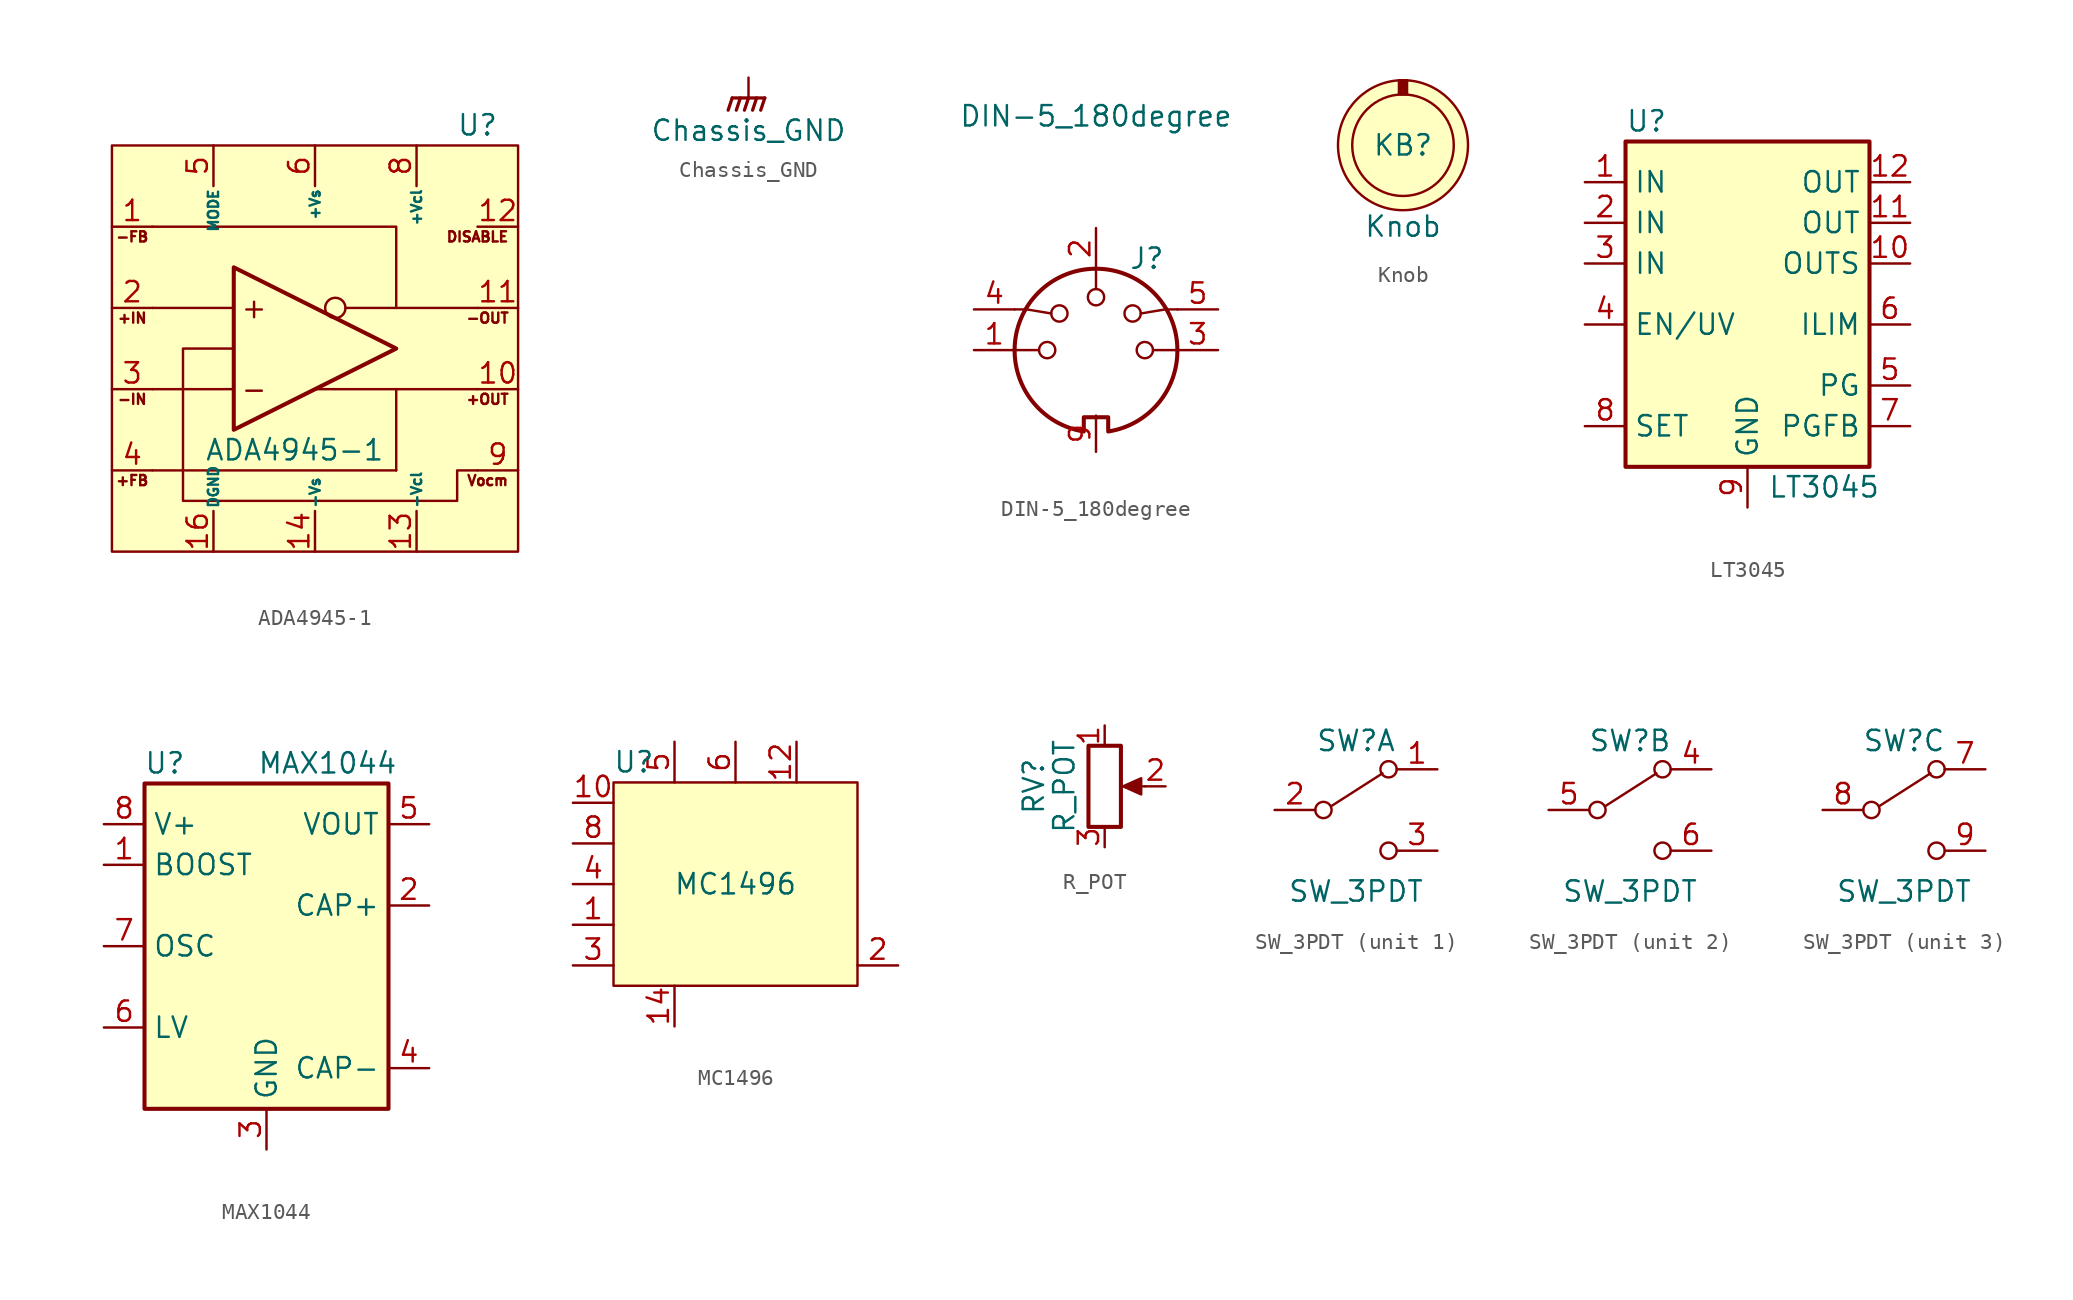
<source format=kicad_sym>
(kicad_symbol_lib
  (version 20211014)
  (generator kicad_symbol_editor)
  (symbol "ADA4945-1"
    (pin_names
      (offset 0.127))
    (property "Reference" "U"
      (at 10.16 13.97 0)
      (effects (font (size 1.27 1.27))))
    (property "Value" "ADA4945-1"
      (at -1.27 -6.35 0)
      (effects (font (size 1.27 1.27))))
    (symbol "ADA4945-1_0_0"
      (text "+" (at -3.81 2.54 0) (effects (font (size 1.27 1.27))))
      (text "+FB" (at -11.43 -8.255 0) (effects (font (size 0.635 0.635))))
      (text "+IN" (at -11.43 1.905 0) (effects (font (size 0.635 0.635))))
      (text "+OUT" (at 10.795 -3.175 0) (effects (font (size 0.635 0.635))))
      (text "-" (at -3.81 -2.54 0) (effects (font (size 1.27 1.27))))
      (text "-FB" (at -11.43 6.985 0) (effects (font (size 0.635 0.635))))
      (text "-IN" (at -11.43 -3.175 0) (effects (font (size 0.635 0.635))))
      (text "-OUT" (at 10.795 1.905 0) (effects (font (size 0.635 0.635))))
      (text "DISABLE" (at 10.16 6.985 0) (effects (font (size 0.635 0.635))))
      (text "Vocm" (at 10.795 -8.255 0) (effects (font (size 0.635 0.635)))))
    (symbol "ADA4945-1_0_1"
      (rectangle (start -12.7 12.7) (end 12.7 -12.7) (stroke (width 0) (type default) (color 0 0 0 0)) (fill (type background)))
      (polyline (pts (xy -10.16 -2.54) (xy -5.08 -2.54)) (stroke (width 0) (type default) (color 0 0 0 0)) (fill (type none)))
      (polyline (pts (xy -10.16 2.54) (xy -5.08 2.54)) (stroke (width 0) (type default) (color 0 0 0 0)) (fill (type none)))
      (polyline (pts (xy 5.08 -7.62) (xy -10.16 -7.62)) (stroke (width 0) (type default) (color 0 0 0 0)) (fill (type none)))
      (polyline (pts (xy 5.08 -2.54) (xy 5.08 -7.62)) (stroke (width 0) (type default) (color 0 0 0 0)) (fill (type none)))
      (polyline (pts (xy 10.16 -2.54) (xy 0 -2.54)) (stroke (width 0) (type default) (color 0 0 0 0)) (fill (type none)))
      (polyline (pts (xy 10.16 2.54) (xy 1.905 2.54)) (stroke (width 0) (type default) (color 0 0 0 0)) (fill (type none)))
      (polyline (pts (xy 5.08 2.54) (xy 5.08 7.62) (xy -10.16 7.62)) (stroke (width 0) (type default) (color 0 0 0 0)) (fill (type none)))
      (polyline (pts (xy -5.08 5.08) (xy 5.08 0) (xy -5.08 -5.08) (xy -5.08 5.08)) (stroke (width 0.254) (type default) (color 0 0 0 0)) (fill (type background)))
      (polyline (pts (xy 10.16 -7.62) (xy 8.89 -7.62) (xy 8.89 -9.525) (xy -8.255 -9.525) (xy -8.255 0) (xy -5.08 0)) (stroke (width 0) (type default) (color 0 0 0 0)) (fill (type none)))
      (circle (center 1.27 2.54) (radius 0.635) (stroke (width 0) (type default) (color 0 0 0 0)) (fill (type none))))
    (symbol "ADA4945-1_1_1"
      (pin power_in line (at -12.7 7.62 0) (length 2.54) (name "~" (effects (font (size 1.27 1.27)))) (number "1" (effects (font (size 1.27 1.27)))))
      (pin output line (at 12.7 -2.54 180) (length 2.54) (name "~" (effects (font (size 1.27 1.27)))) (number "10" (effects (font (size 1.27 1.27)))))
      (pin output line (at 12.7 2.54 180) (length 2.54) (name "~" (effects (font (size 1.27 1.27)))) (number "11" (effects (font (size 1.27 1.27)))))
      (pin power_in line (at 12.7 7.62 180) (length 2.54) (name "~" (effects (font (size 1.27 1.27)))) (number "12" (effects (font (size 1.27 1.27)))))
      (pin power_in line (at 6.35 -12.7 90) (length 2.54) (name "-Vcl" (effects (font (size 0.635 0.635)))) (number "13" (effects (font (size 1.27 1.27)))))
      (pin power_in line (at 0 -12.7 90) (length 2.54) (name "-Vs" (effects (font (size 0.635 0.635)))) (number "14" (effects (font (size 1.27 1.27)))))
      (pin power_in line (at 0 -12.7 90) (length 2.54) hide (name "-Vs" (effects (font (size 1.27 1.27)))) (number "15" (effects (font (size 1.27 1.27)))))
      (pin power_in line (at -6.35 -12.7 90) (length 2.54) (name "DGND" (effects (font (size 0.635 0.635)))) (number "16" (effects (font (size 1.27 1.27)))))
      (pin input line (at -12.7 2.54 0) (length 2.54) (name "~" (effects (font (size 1.27 1.27)))) (number "2" (effects (font (size 1.27 1.27)))))
      (pin input line (at -12.7 -2.54 0) (length 2.54) (name "~" (effects (font (size 1.27 1.27)))) (number "3" (effects (font (size 1.27 1.27)))))
      (pin power_in line (at -12.7 -7.62 0) (length 2.54) (name "~" (effects (font (size 1.27 1.27)))) (number "4" (effects (font (size 1.27 1.27)))))
      (pin power_in line (at -6.35 12.7 270) (length 2.54) (name "MODE" (effects (font (size 0.635 0.635)))) (number "5" (effects (font (size 1.27 1.27)))))
      (pin power_in line (at 0 12.7 270) (length 2.54) (name "+Vs" (effects (font (size 0.635 0.635)))) (number "6" (effects (font (size 1.27 1.27)))))
      (pin power_in line (at 0 12.7 270) (length 2.54) hide (name "+Vs" (effects (font (size 1.27 1.27)))) (number "7" (effects (font (size 1.27 1.27)))))
      (pin power_in line (at 6.35 12.7 270) (length 2.54) (name "+Vcl" (effects (font (size 0.635 0.635)))) (number "8" (effects (font (size 1.27 1.27)))))
      (pin power_in line (at 12.7 -7.62 180) (length 2.54) (name "~" (effects (font (size 1.27 1.27)))) (number "9" (effects (font (size 1.27 1.27)))))))
  (symbol "Chassis_GND"
    (pin_names
      (offset 0))
    (property "Reference" "CH"
      (at 0 -5.08 0)
      (effects (font (size 1.27 1.27)) hide))
    (property "Value" "Chassis_GND"
      (at 0 -3.302 0)
      (effects (font (size 1.27 1.27))))
    (symbol "Chassis_GND_0_1"
      (polyline (pts (xy 0 -1.27) (xy 0 0)) (stroke (width 0) (type default) (color 0 0 0 0)) (fill (type none)))
      (polyline (pts (xy -1.016 -1.27) (xy -1.27 -2.032) (xy -1.27 -2.032)) (stroke (width 0.203) (type default) (color 0 0 0 0)) (fill (type none)))
      (polyline (pts (xy -0.508 -1.27) (xy -0.762 -2.032) (xy -0.762 -2.032)) (stroke (width 0.203) (type default) (color 0 0 0 0)) (fill (type none)))
      (polyline (pts (xy 0 -1.27) (xy -0.254 -2.032) (xy -0.254 -2.032)) (stroke (width 0.203) (type default) (color 0 0 0 0)) (fill (type none)))
      (polyline (pts (xy 0.508 -1.27) (xy 0.254 -2.032) (xy 0.254 -2.032)) (stroke (width 0.203) (type default) (color 0 0 0 0)) (fill (type none)))
      (polyline (pts (xy 1.016 -1.27) (xy -1.016 -1.27) (xy -1.016 -1.27)) (stroke (width 0.203) (type default) (color 0 0 0 0)) (fill (type none)))
      (polyline (pts (xy 1.016 -1.27) (xy 0.762 -2.032) (xy 0.762 -2.032) (xy 0.762 -2.032)) (stroke (width 0.203) (type default) (color 0 0 0 0)) (fill (type none))))
    (symbol "Chassis_GND_1_1"
      (pin power_in line (at 0 0 270) (length 0) hide (name "GNDPWR" (effects (font (size 1.27 1.27)))) (number "1" (effects (font (size 1.27 1.27)))))))
  (symbol "DIN-5_180degree"
    (pin_names
      (offset 1.016))
    (property "Reference" "J"
      (at 3.175 5.715 0)
      (effects (font (size 1.27 1.27))))
    (property "Value" "DIN-5_180degree"
      (at 0 14.605 0)
      (effects (font (size 1.27 1.27))))
    (symbol "DIN-5_180degree_0_1"
      (arc (start -5.08 0) (mid -3.8609 -3.3364) (end -0.762 -5.08) (stroke (width 0.254) (type default) (color 0 0 0 0)) (fill (type none)))
      (circle (center -3.048 0) (radius 0.508) (stroke (width 0) (type default) (color 0 0 0 0)) (fill (type none)))
      (circle (center -2.286 2.286) (radius 0.508) (stroke (width 0) (type default) (color 0 0 0 0)) (fill (type none)))
      (polyline (pts (xy -5.08 0) (xy -3.556 0)) (stroke (width 0) (type default) (color 0 0 0 0)) (fill (type none)))
      (polyline (pts (xy 0 5.08) (xy 0 3.81)) (stroke (width 0) (type default) (color 0 0 0 0)) (fill (type none)))
      (polyline (pts (xy 5.08 0) (xy 3.556 0)) (stroke (width 0) (type default) (color 0 0 0 0)) (fill (type none)))
      (polyline (pts (xy -5.08 2.54) (xy -4.318 2.54) (xy -2.794 2.286)) (stroke (width 0) (type default) (color 0 0 0 0)) (fill (type none)))
      (polyline (pts (xy 5.08 2.54) (xy 4.318 2.54) (xy 2.794 2.286)) (stroke (width 0) (type default) (color 0 0 0 0)) (fill (type none)))
      (polyline (pts (xy -0.762 -4.953) (xy -0.762 -4.191) (xy 0.762 -4.191) (xy 0.762 -4.953)) (stroke (width 0.254) (type default) (color 0 0 0 0)) (fill (type none)))
      (circle (center 0 3.302) (radius 0.508) (stroke (width 0) (type default) (color 0 0 0 0)) (fill (type none)))
      (arc (start 0.762 -5.08) (mid 3.8685 -3.343) (end 5.08 0) (stroke (width 0.254) (type default) (color 0 0 0 0)) (fill (type none)))
      (circle (center 2.286 2.286) (radius 0.508) (stroke (width 0) (type default) (color 0 0 0 0)) (fill (type none)))
      (circle (center 3.048 0) (radius 0.508) (stroke (width 0) (type default) (color 0 0 0 0)) (fill (type none)))
      (arc (start 5.08 0) (mid 0 5.08) (end -5.08 0) (stroke (width 0.254) (type default) (color 0 0 0 0)) (fill (type none))))
    (symbol "DIN-5_180degree_1_1"
      (pin passive line (at -7.62 0 0) (length 2.54) (name "~" (effects (font (size 1.27 1.27)))) (number "1" (effects (font (size 1.27 1.27)))))
      (pin passive line (at 0 7.62 270) (length 2.54) (name "~" (effects (font (size 1.27 1.27)))) (number "2" (effects (font (size 1.27 1.27)))))
      (pin passive line (at 7.62 0 180) (length 2.54) (name "~" (effects (font (size 1.27 1.27)))) (number "3" (effects (font (size 1.27 1.27)))))
      (pin passive line (at -7.62 2.54 0) (length 2.54) (name "~" (effects (font (size 1.27 1.27)))) (number "4" (effects (font (size 1.27 1.27)))))
      (pin passive line (at 7.62 2.54 180) (length 2.54) (name "~" (effects (font (size 1.27 1.27)))) (number "5" (effects (font (size 1.27 1.27)))))
      (pin passive line (at 0 -6.35 90) (length 2.261) (name "~" (effects (font (size 1.27 1.27)))) (number "9" (effects (font (size 1.27 1.27)))))))
  (symbol "Knob"
    (pin_names
      (offset 1.016))
    (property "Reference" "KB"
      (at 0 0 0)
      (effects (font (size 1.27 1.27))))
    (property "Value" "Knob"
      (at 0 -5.08 0)
      (effects (font (size 1.27 1.27))))
    (symbol "Knob_0_1"
      (rectangle (start -0.254 4.064) (end 0.254 3.175) (stroke (width 0) (type default) (color 0 0 0 0)) (fill (type outline)))
      (circle (center 0 0) (radius 3.175) (stroke (width 0) (type default) (color 0 0 0 0)) (fill (type none)))
      (circle (center 0 0) (radius 4.064) (stroke (width 0) (type default) (color 0 0 0 0)) (fill (type background)))))
  (symbol "LT3045"
    (property "Reference" "U"
      (at -7.62 8.89 0)
      (effects (font (size 1.27 1.27)) (justify left)))
    (property "Value" "LT3045"
      (at 1.27 -13.97 0)
      (effects (font (size 1.27 1.27)) (justify left)))
    (symbol "LT3045_0_0"
      (pin input line (at 10.16 0 180) (length 2.54) (name "OUTS" (effects (font (size 1.27 1.27)))) (number "10" (effects (font (size 1.27 1.27)))))
      (pin power_out line (at 10.16 2.54 180) (length 2.54) (name "OUT" (effects (font (size 1.27 1.27)))) (number "11" (effects (font (size 1.27 1.27)))))
      (pin input line (at 10.16 -7.62 180) (length 2.54) (name "PG" (effects (font (size 1.27 1.27)))) (number "5" (effects (font (size 1.27 1.27)))))
      (pin input line (at 10.16 -10.16 180) (length 2.54) (name "PGFB" (effects (font (size 1.27 1.27)))) (number "7" (effects (font (size 1.27 1.27))))))
    (symbol "LT3045_0_1"
      (rectangle (start -7.62 7.62) (end 7.62 -12.7) (stroke (width 0.254) (type default) (color 0 0 0 0)) (fill (type background))))
    (symbol "LT3045_1_1"
      (pin power_in line (at -10.16 5.08 0) (length 2.54) (name "IN" (effects (font (size 1.27 1.27)))) (number "1" (effects (font (size 1.27 1.27)))))
      (pin power_out line (at 10.16 5.08 180) (length 2.54) (name "OUT" (effects (font (size 1.27 1.27)))) (number "12" (effects (font (size 1.27 1.27)))))
      (pin power_in line (at -10.16 2.54 0) (length 2.54) (name "IN" (effects (font (size 1.27 1.27)))) (number "2" (effects (font (size 1.27 1.27)))))
      (pin power_in line (at -10.16 0 0) (length 2.54) (name "IN" (effects (font (size 1.27 1.27)))) (number "3" (effects (font (size 1.27 1.27)))))
      (pin input line (at -10.16 -3.81 0) (length 2.54) (name "EN/UV" (effects (font (size 1.27 1.27)))) (number "4" (effects (font (size 1.27 1.27)))))
      (pin input line (at 10.16 -3.81 180) (length 2.54) (name "ILIM" (effects (font (size 1.27 1.27)))) (number "6" (effects (font (size 1.27 1.27)))))
      (pin input line (at -10.16 -10.16 0) (length 2.54) (name "SET" (effects (font (size 1.27 1.27)))) (number "8" (effects (font (size 1.27 1.27)))))
      (pin power_in line (at 0 -15.24 90) (length 2.54) (name "GND" (effects (font (size 1.27 1.27)))) (number "9" (effects (font (size 1.27 1.27)))))))
  (symbol "MAX1044"
    (property "Reference" "U"
      (at -6.35 11.43 0)
      (effects (font (size 1.27 1.27))))
    (property "Value" "MAX1044"
      (at 3.81 11.43 0)
      (effects (font (size 1.27 1.27))))
    (symbol "MAX1044_0_1"
      (rectangle (start -7.62 10.16) (end 7.62 -10.16) (stroke (width 0.254) (type default) (color 0 0 0 0)) (fill (type background))))
    (symbol "MAX1044_1_1"
      (pin input line (at -10.16 5.08 0) (length 2.54) (name "BOOST" (effects (font (size 1.27 1.27)))) (number "1" (effects (font (size 1.27 1.27)))))
      (pin input line (at 10.16 2.54 180) (length 2.54) (name "CAP+" (effects (font (size 1.27 1.27)))) (number "2" (effects (font (size 1.27 1.27)))))
      (pin power_in line (at 0 -12.7 90) (length 2.54) (name "GND" (effects (font (size 1.27 1.27)))) (number "3" (effects (font (size 1.27 1.27)))))
      (pin input line (at 10.16 -7.62 180) (length 2.54) (name "CAP-" (effects (font (size 1.27 1.27)))) (number "4" (effects (font (size 1.27 1.27)))))
      (pin power_out line (at 10.16 7.62 180) (length 2.54) (name "VOUT" (effects (font (size 1.27 1.27)))) (number "5" (effects (font (size 1.27 1.27)))))
      (pin input line (at -10.16 -5.08 0) (length 2.54) (name "LV" (effects (font (size 1.27 1.27)))) (number "6" (effects (font (size 1.27 1.27)))))
      (pin input line (at -10.16 0 0) (length 2.54) (name "OSC" (effects (font (size 1.27 1.27)))) (number "7" (effects (font (size 1.27 1.27)))))
      (pin power_in line (at -10.16 7.62 0) (length 2.54) (name "V+" (effects (font (size 1.27 1.27)))) (number "8" (effects (font (size 1.27 1.27)))))))
  (symbol "MC1496"
    (pin_names
      (offset 1.016))
    (property "Reference" "U"
      (at -6.35 7.62 0)
      (effects (font (size 1.27 1.27))))
    (property "Value" "MC1496"
      (at 0 0 0)
      (effects (font (size 1.27 1.27))))
    (symbol "MC1496_0_1"
      (rectangle (start -7.62 6.35) (end 7.62 -6.35) (stroke (width 0) (type default) (color 0 0 0 0)) (fill (type background))))
    (symbol "MC1496_1_1"
      (pin input line (at -10.16 -2.54 0) (length 2.54) (name "~" (effects (font (size 1.27 1.27)))) (number "1" (effects (font (size 1.27 1.27)))))
      (pin input line (at -10.16 5.08 0) (length 2.54) (name "~" (effects (font (size 1.27 1.27)))) (number "10" (effects (font (size 1.27 1.27)))))
      (pin input line (at 3.81 8.89 270) (length 2.54) (name "~" (effects (font (size 1.27 1.27)))) (number "12" (effects (font (size 1.27 1.27)))))
      (pin input line (at -3.81 -8.89 90) (length 2.54) (name "~" (effects (font (size 1.27 1.27)))) (number "14" (effects (font (size 1.27 1.27)))))
      (pin input line (at 10.16 -5.08 180) (length 2.54) (name "~" (effects (font (size 1.27 1.27)))) (number "2" (effects (font (size 1.27 1.27)))))
      (pin input line (at -10.16 -5.08 0) (length 2.54) (name "~" (effects (font (size 1.27 1.27)))) (number "3" (effects (font (size 1.27 1.27)))))
      (pin input line (at -10.16 0 0) (length 2.54) (name "~" (effects (font (size 1.27 1.27)))) (number "4" (effects (font (size 1.27 1.27)))))
      (pin input line (at -3.81 8.89 270) (length 2.54) (name "~" (effects (font (size 1.27 1.27)))) (number "5" (effects (font (size 1.27 1.27)))))
      (pin input line (at 0 8.89 270) (length 2.54) (name "~" (effects (font (size 1.27 1.27)))) (number "6" (effects (font (size 1.27 1.27)))))
      (pin input line (at -10.16 2.54 0) (length 2.54) (name "~" (effects (font (size 1.27 1.27)))) (number "8" (effects (font (size 1.27 1.27)))))))
  (symbol "R_POT"
    (pin_names
      (offset 1.016) hide)
    (property "Reference" "RV"
      (at -4.445 0 90)
      (effects (font (size 1.27 1.27))))
    (property "Value" "R_POT"
      (at -2.54 0 90)
      (effects (font (size 1.27 1.27))))
    (symbol "R_POT_0_1"
      (polyline (pts (xy 2.54 0) (xy 1.524 0)) (stroke (width 0) (type default) (color 0 0 0 0)) (fill (type none)))
      (polyline (pts (xy 1.143 0) (xy 2.286 0.508) (xy 2.286 -0.508) (xy 1.143 0)) (stroke (width 0) (type default) (color 0 0 0 0)) (fill (type outline)))
      (rectangle (start 1.016 2.54) (end -1.016 -2.54) (stroke (width 0.254) (type default) (color 0 0 0 0)) (fill (type none))))
    (symbol "R_POT_1_1"
      (pin passive line (at 0 3.81 270) (length 1.27) (name "1" (effects (font (size 1.27 1.27)))) (number "1" (effects (font (size 1.27 1.27)))))
      (pin passive line (at 3.81 0 180) (length 1.27) (name "2" (effects (font (size 1.27 1.27)))) (number "2" (effects (font (size 1.27 1.27)))))
      (pin passive line (at 0 -3.81 90) (length 1.27) (name "3" (effects (font (size 1.27 1.27)))) (number "3" (effects (font (size 1.27 1.27)))))))
  (symbol "SW_3PDT"
    (pin_names
      (offset 0) hide)
    (property "Reference" "SW"
      (at 0 4.318 0)
      (effects (font (size 1.27 1.27))))
    (property "Value" "SW_3PDT"
      (at 0 -5.08 0)
      (effects (font (size 1.27 1.27))))
    (symbol "SW_3PDT_0_0"
      (circle (center -2.032 0) (radius 0.508) (stroke (width 0) (type default) (color 0 0 0 0)) (fill (type none)))
      (circle (center 2.032 -2.54) (radius 0.508) (stroke (width 0) (type default) (color 0 0 0 0)) (fill (type none))))
    (symbol "SW_3PDT_0_1"
      (polyline (pts (xy -1.524 0.254) (xy 1.651 2.286)) (stroke (width 0) (type default) (color 0 0 0 0)) (fill (type none)))
      (circle (center 2.032 2.54) (radius 0.508) (stroke (width 0) (type default) (color 0 0 0 0)) (fill (type none))))
    (symbol "SW_3PDT_1_1"
      (pin passive line (at 5.08 2.54 180) (length 2.54) (name "A" (effects (font (size 1.27 1.27)))) (number "1" (effects (font (size 1.27 1.27)))))
      (pin passive line (at -5.08 0 0) (length 2.54) (name "B" (effects (font (size 1.27 1.27)))) (number "2" (effects (font (size 1.27 1.27)))))
      (pin passive line (at 5.08 -2.54 180) (length 2.54) (name "C" (effects (font (size 1.27 1.27)))) (number "3" (effects (font (size 1.27 1.27))))))
    (symbol "SW_3PDT_2_1"
      (pin passive line (at 5.08 2.54 180) (length 2.54) (name "A" (effects (font (size 1.27 1.27)))) (number "4" (effects (font (size 1.27 1.27)))))
      (pin passive line (at -5.08 0 0) (length 2.54) (name "B" (effects (font (size 1.27 1.27)))) (number "5" (effects (font (size 1.27 1.27)))))
      (pin passive line (at 5.08 -2.54 180) (length 2.54) (name "C" (effects (font (size 1.27 1.27)))) (number "6" (effects (font (size 1.27 1.27))))))
    (symbol "SW_3PDT_3_1"
      (pin passive line (at 5.08 2.54 180) (length 2.54) (name "A" (effects (font (size 1.27 1.27)))) (number "7" (effects (font (size 1.27 1.27)))))
      (pin passive line (at -5.08 0 0) (length 2.54) (name "B" (effects (font (size 1.27 1.27)))) (number "8" (effects (font (size 1.27 1.27)))))
      (pin passive line (at 5.08 -2.54 180) (length 2.54) (name "C" (effects (font (size 1.27 1.27)))) (number "9" (effects (font (size 1.27 1.27))))))))
</source>
